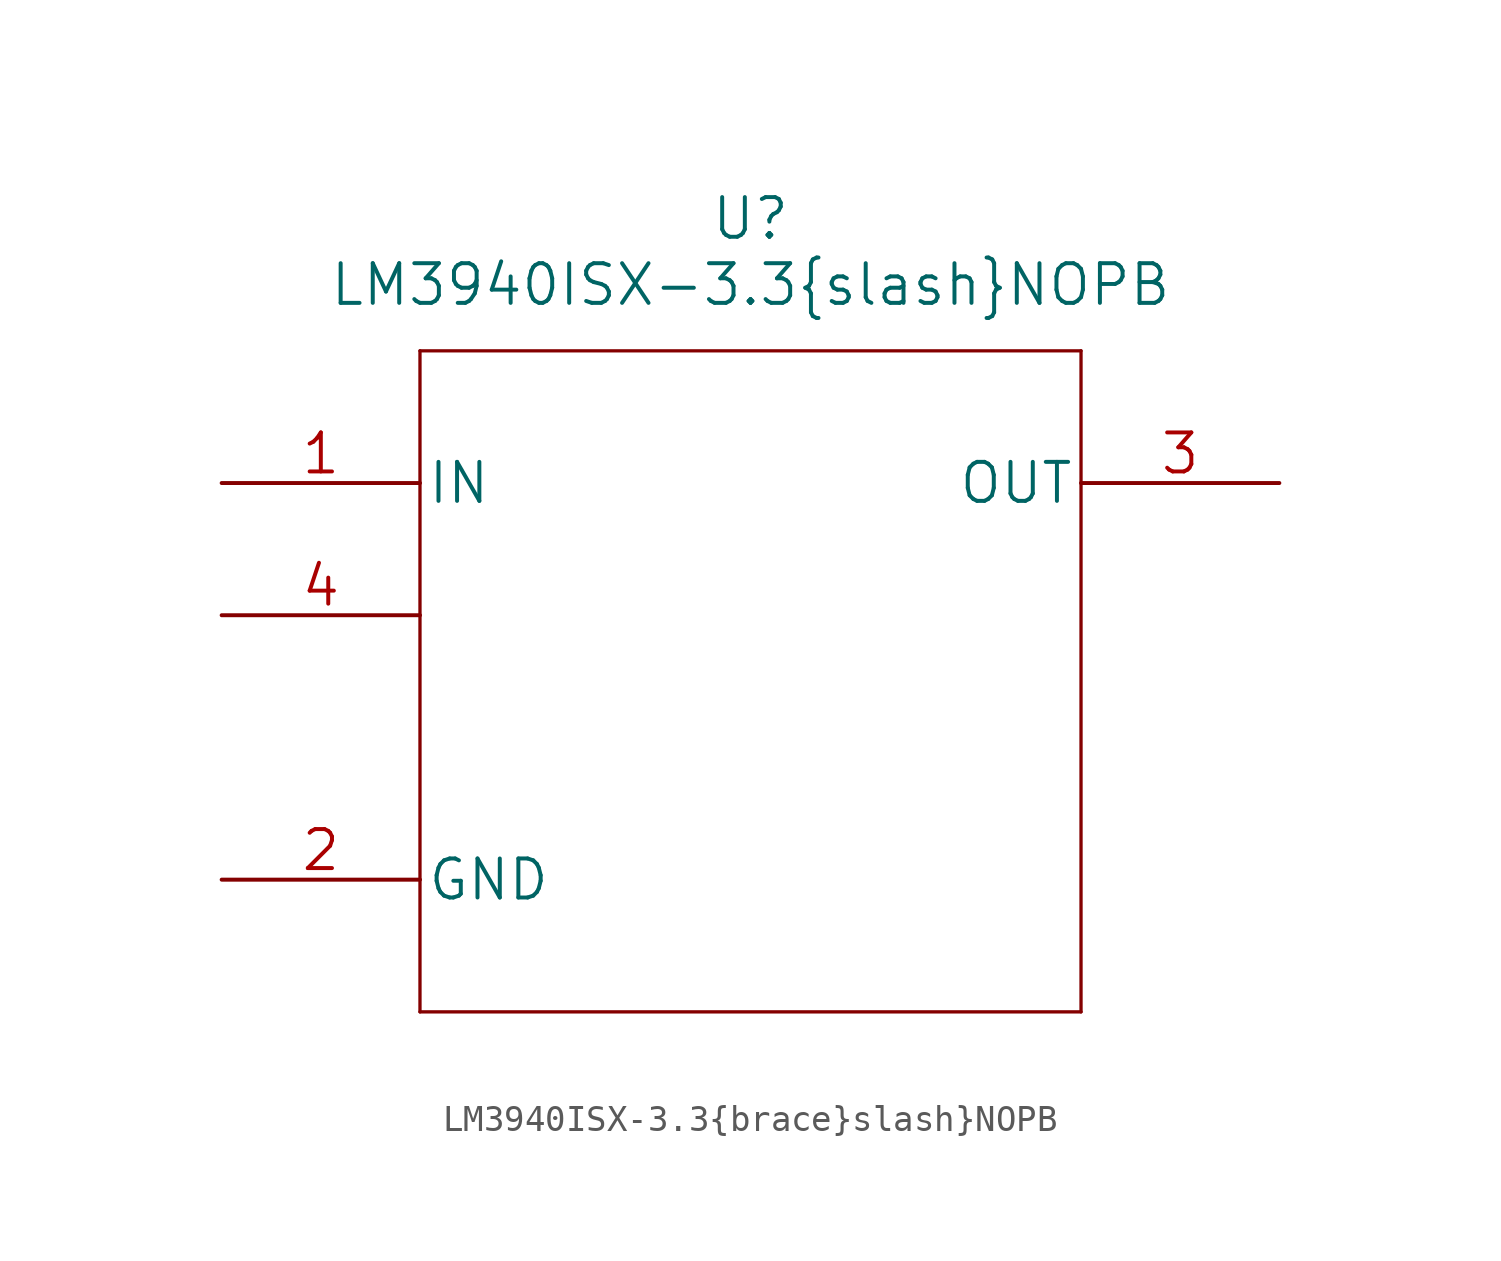
<source format=kicad_sym>
(kicad_symbol_lib
  (version 20211014)
  (generator kicad_symbol_editor)
  (symbol "LM3940ISX-3.3{brace}slash}NOPB"
    (pin_names
      (offset 0.254))
    (property "Reference" "U"
      (at 20.32 10.16 0)
      (effects (font (size 1.524 1.524))))
    (property "Value" "LM3940ISX-3.3{brace}slash}NOPB"
      (at 20.32 7.62 0)
      (effects (font (size 1.524 1.524))))
    (property "Datasheet" ""
      (at 0 0 0)
      (effects (font (size 1.524 1.524))))
    (property "ki_locked" ""
      (at 0 0 0)
      (effects (font (size 1.27 1.27))))
    (symbol "LM3940ISX-3.3{brace}slash}NOPB_1_1"
      (polyline (pts (xy 7.62 -20.32) (xy 33.02 -20.32)) (stroke (width 0.127) (type default) (color 0 0 0 0)) (fill (type none)))
      (polyline (pts (xy 7.62 5.08) (xy 7.62 -20.32)) (stroke (width 0.127) (type default) (color 0 0 0 0)) (fill (type none)))
      (polyline (pts (xy 33.02 -20.32) (xy 33.02 5.08)) (stroke (width 0.127) (type default) (color 0 0 0 0)) (fill (type none)))
      (polyline (pts (xy 33.02 5.08) (xy 7.62 5.08)) (stroke (width 0.127) (type default) (color 0 0 0 0)) (fill (type none)))
      (pin input line (at 0 0 0) (length 7.62) (name "IN" (effects (font (size 1.499 1.499)))) (number "1" (effects (font (size 1.499 1.499)))))
      (pin passive line (at 0 -15.24 0) (length 7.62) (name "GND" (effects (font (size 1.499 1.499)))) (number "2" (effects (font (size 1.499 1.499)))))
      (pin output line (at 40.64 0 180) (length 7.62) (name "OUT" (effects (font (size 1.499 1.499)))) (number "3" (effects (font (size 1.499 1.499)))))
      (pin unspecified line (at 0 -5.08 0) (length 7.62) (name "~" (effects (font (size 1.499 1.499)))) (number "4" (effects (font (size 1.499 1.499))))))))
</source>
